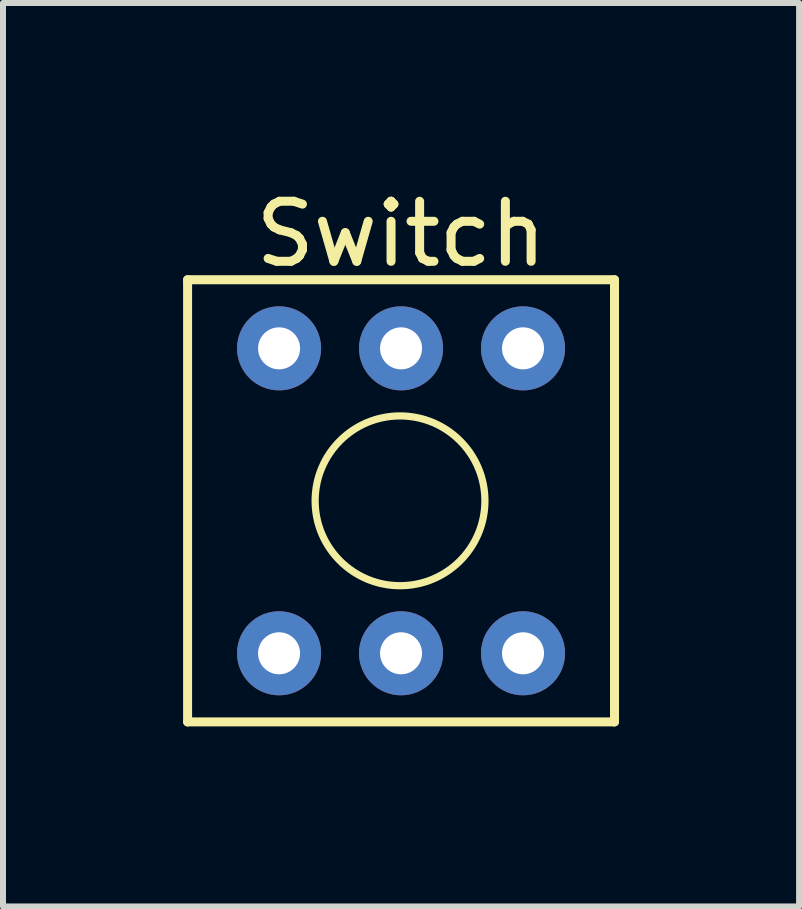
<source format=kicad_pcb>
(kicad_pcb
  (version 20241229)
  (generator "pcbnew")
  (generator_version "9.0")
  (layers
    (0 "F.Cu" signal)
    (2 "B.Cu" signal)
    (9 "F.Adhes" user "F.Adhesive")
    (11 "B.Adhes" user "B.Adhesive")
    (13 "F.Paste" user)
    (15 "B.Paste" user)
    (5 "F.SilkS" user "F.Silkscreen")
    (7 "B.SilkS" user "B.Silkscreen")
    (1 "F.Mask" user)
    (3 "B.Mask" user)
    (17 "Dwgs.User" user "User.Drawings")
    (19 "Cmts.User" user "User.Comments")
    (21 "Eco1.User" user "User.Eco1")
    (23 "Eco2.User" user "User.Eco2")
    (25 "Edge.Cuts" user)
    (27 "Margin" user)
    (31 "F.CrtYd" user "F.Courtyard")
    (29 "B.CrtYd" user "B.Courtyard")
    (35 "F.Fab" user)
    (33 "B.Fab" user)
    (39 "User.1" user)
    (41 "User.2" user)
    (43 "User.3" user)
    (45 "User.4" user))
  (footprint "Switch"
    (layer "F.Cu")
    (at 3.631 5.293)
    (property "Reference" "Switch" (at 0 -4.445 0) (layer "F.SilkS") (effects (font (size 1 1) (thickness 0.15))))
    (attr through_hole)
    (fp_line (start -3.556 -3.683) (end 3.556 -3.683) (stroke (width 0.15) (type solid)) (layer "F.SilkS"))
    (fp_line (start -3.556 3.683) (end -3.556 -3.683) (stroke (width 0.15) (type solid)) (layer "F.SilkS"))
    (fp_line (start 3.556 -3.683) (end 3.556 3.683) (stroke (width 0.15) (type solid)) (layer "F.SilkS"))
    (fp_line (start 3.556 3.683) (end -3.556 3.683) (stroke (width 0.15) (type solid)) (layer "F.SilkS"))
    (fp_circle (center -0.017 0) (end 0.983 1) (stroke (width 0.12) (type solid)) (fill no) (layer "F.SilkS"))
    (pad "" thru_hole circle (at -2.032 -2.54) (size 1.4 1.4) (drill 0.7) (layers "*.Cu" "*.Mask"))
    (pad "" thru_hole circle (at 0 -2.54) (size 1.4 1.4) (drill 0.7) (layers "*.Cu" "*.Mask"))
    (pad "" thru_hole circle (at 2.032 -2.54) (size 1.4 1.4) (drill 0.7) (layers "*.Cu" "*.Mask"))
    (pad "1" thru_hole circle (at 2.032 2.54) (size 1.4 1.4) (drill 0.7) (layers "*.Cu" "*.Mask"))
    (pad "2" thru_hole circle (at 0 2.54) (size 1.4 1.4) (drill 0.7) (layers "*.Cu" "*.Mask"))
    (pad "3" thru_hole circle (at -2.032 2.54) (size 1.4 1.4) (drill 0.7) (layers "*.Cu" "*.Mask")))
  (gr_rect
    (start -3 -3)
    (end 10.262 12.051)
    (stroke (width 0.1) (type default))
    (fill no)
    (layer "Edge.Cuts")))
</source>
